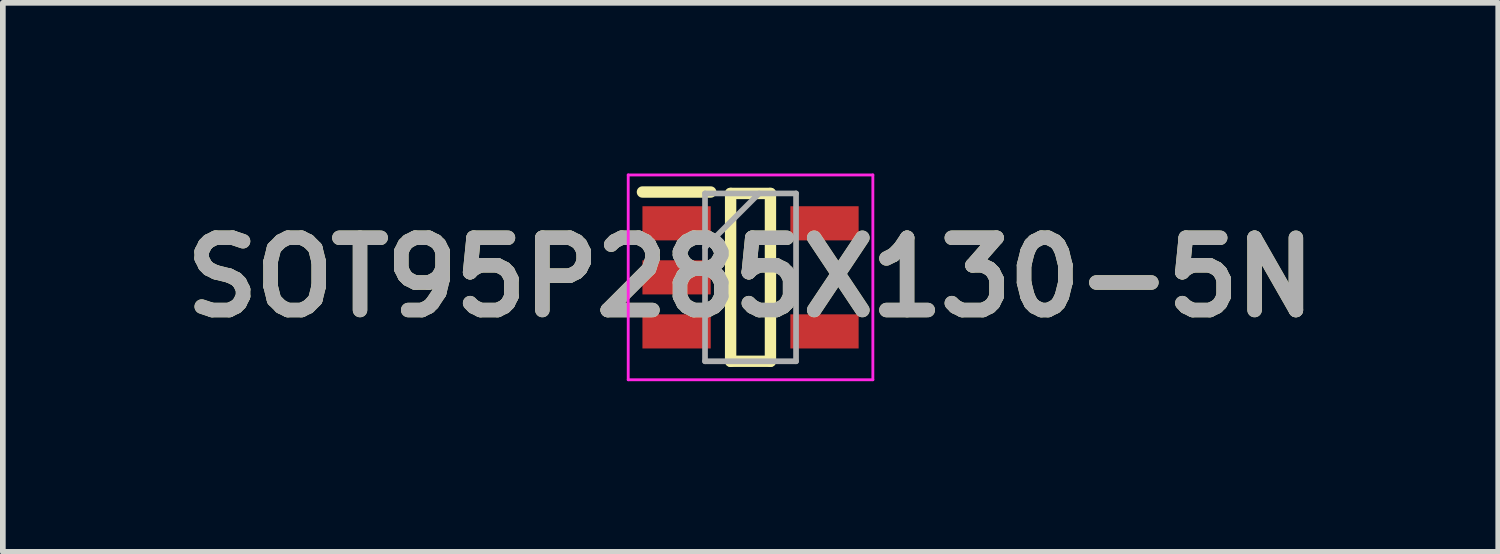
<source format=kicad_pcb>
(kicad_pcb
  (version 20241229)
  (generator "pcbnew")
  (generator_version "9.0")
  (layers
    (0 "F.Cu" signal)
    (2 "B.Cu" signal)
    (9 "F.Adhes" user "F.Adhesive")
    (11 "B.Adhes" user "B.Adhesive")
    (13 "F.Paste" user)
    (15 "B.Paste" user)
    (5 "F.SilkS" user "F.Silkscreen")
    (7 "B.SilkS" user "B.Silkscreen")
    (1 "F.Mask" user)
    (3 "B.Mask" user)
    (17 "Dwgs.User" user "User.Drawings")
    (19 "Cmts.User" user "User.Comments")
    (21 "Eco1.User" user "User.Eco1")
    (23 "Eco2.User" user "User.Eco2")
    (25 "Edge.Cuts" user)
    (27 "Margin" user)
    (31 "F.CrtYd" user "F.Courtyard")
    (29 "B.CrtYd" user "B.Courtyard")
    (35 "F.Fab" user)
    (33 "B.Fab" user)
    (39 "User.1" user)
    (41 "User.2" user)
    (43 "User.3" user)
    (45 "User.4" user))
  (footprint "SOT95P285X130-5N"
    (layer "F.Cu")
    (at 10.142 1.825)
    (property "Reference" "SOT95P285X130-5N" (at 0 0 0) (layer "F.SilkS") (effects (font (size 1.27 1.27) (thickness 0.254))))
    (attr smd)
    (fp_line (start -1.9 -1.5) (end -0.7 -1.5) (stroke (width 0.2) (type solid)) (layer "F.SilkS"))
    (fp_line (start -0.35 -1.475) (end 0.35 -1.475) (stroke (width 0.2) (type solid)) (layer "F.SilkS"))
    (fp_line (start -0.35 1.475) (end -0.35 -1.475) (stroke (width 0.2) (type solid)) (layer "F.SilkS"))
    (fp_line (start 0.35 -1.475) (end 0.35 1.475) (stroke (width 0.2) (type solid)) (layer "F.SilkS"))
    (fp_line (start 0.35 1.475) (end -0.35 1.475) (stroke (width 0.2) (type solid)) (layer "F.SilkS"))
    (fp_line (start -2.15 -1.8) (end 2.15 -1.8) (stroke (width 0.05) (type solid)) (layer "F.CrtYd"))
    (fp_line (start -2.15 1.8) (end -2.15 -1.8) (stroke (width 0.05) (type solid)) (layer "F.CrtYd"))
    (fp_line (start 2.15 -1.8) (end 2.15 1.8) (stroke (width 0.05) (type solid)) (layer "F.CrtYd"))
    (fp_line (start 2.15 1.8) (end -2.15 1.8) (stroke (width 0.05) (type solid)) (layer "F.CrtYd"))
    (fp_line (start -0.8 -1.475) (end 0.8 -1.475) (stroke (width 0.1) (type solid)) (layer "F.Fab"))
    (fp_line (start -0.8 -0.525) (end 0.15 -1.475) (stroke (width 0.1) (type solid)) (layer "F.Fab"))
    (fp_line (start -0.8 1.475) (end -0.8 -1.475) (stroke (width 0.1) (type solid)) (layer "F.Fab"))
    (fp_line (start 0.8 -1.475) (end 0.8 1.475) (stroke (width 0.1) (type solid)) (layer "F.Fab"))
    (fp_line (start 0.8 1.475) (end -0.8 1.475) (stroke (width 0.1) (type solid)) (layer "F.Fab"))
    (fp_text user "${REFERENCE}" (at 0 0 0) (layer "F.Fab") (effects (font (size 1.27 1.27) (thickness 0.254))))
    (pad "1" smd rect (at -1.3 -0.95 90) (size 0.6 1.2) (layers "F.Cu" "F.Mask" "F.Paste"))
    (pad "2" smd rect (at -1.3 0 90) (size 0.6 1.2) (layers "F.Cu" "F.Mask" "F.Paste"))
    (pad "3" smd rect (at -1.3 0.95 90) (size 0.6 1.2) (layers "F.Cu" "F.Mask" "F.Paste"))
    (pad "4" smd rect (at 1.3 0.95 90) (size 0.6 1.2) (layers "F.Cu" "F.Mask" "F.Paste"))
    (pad "5" smd rect (at 1.3 -0.95 90) (size 0.6 1.2) (layers "F.Cu" "F.Mask" "F.Paste")))
  (gr_rect
    (start -3 -3)
    (end 23.284 6.65)
    (stroke (width 0.1) (type default))
    (fill no)
    (layer "Edge.Cuts")))
</source>
